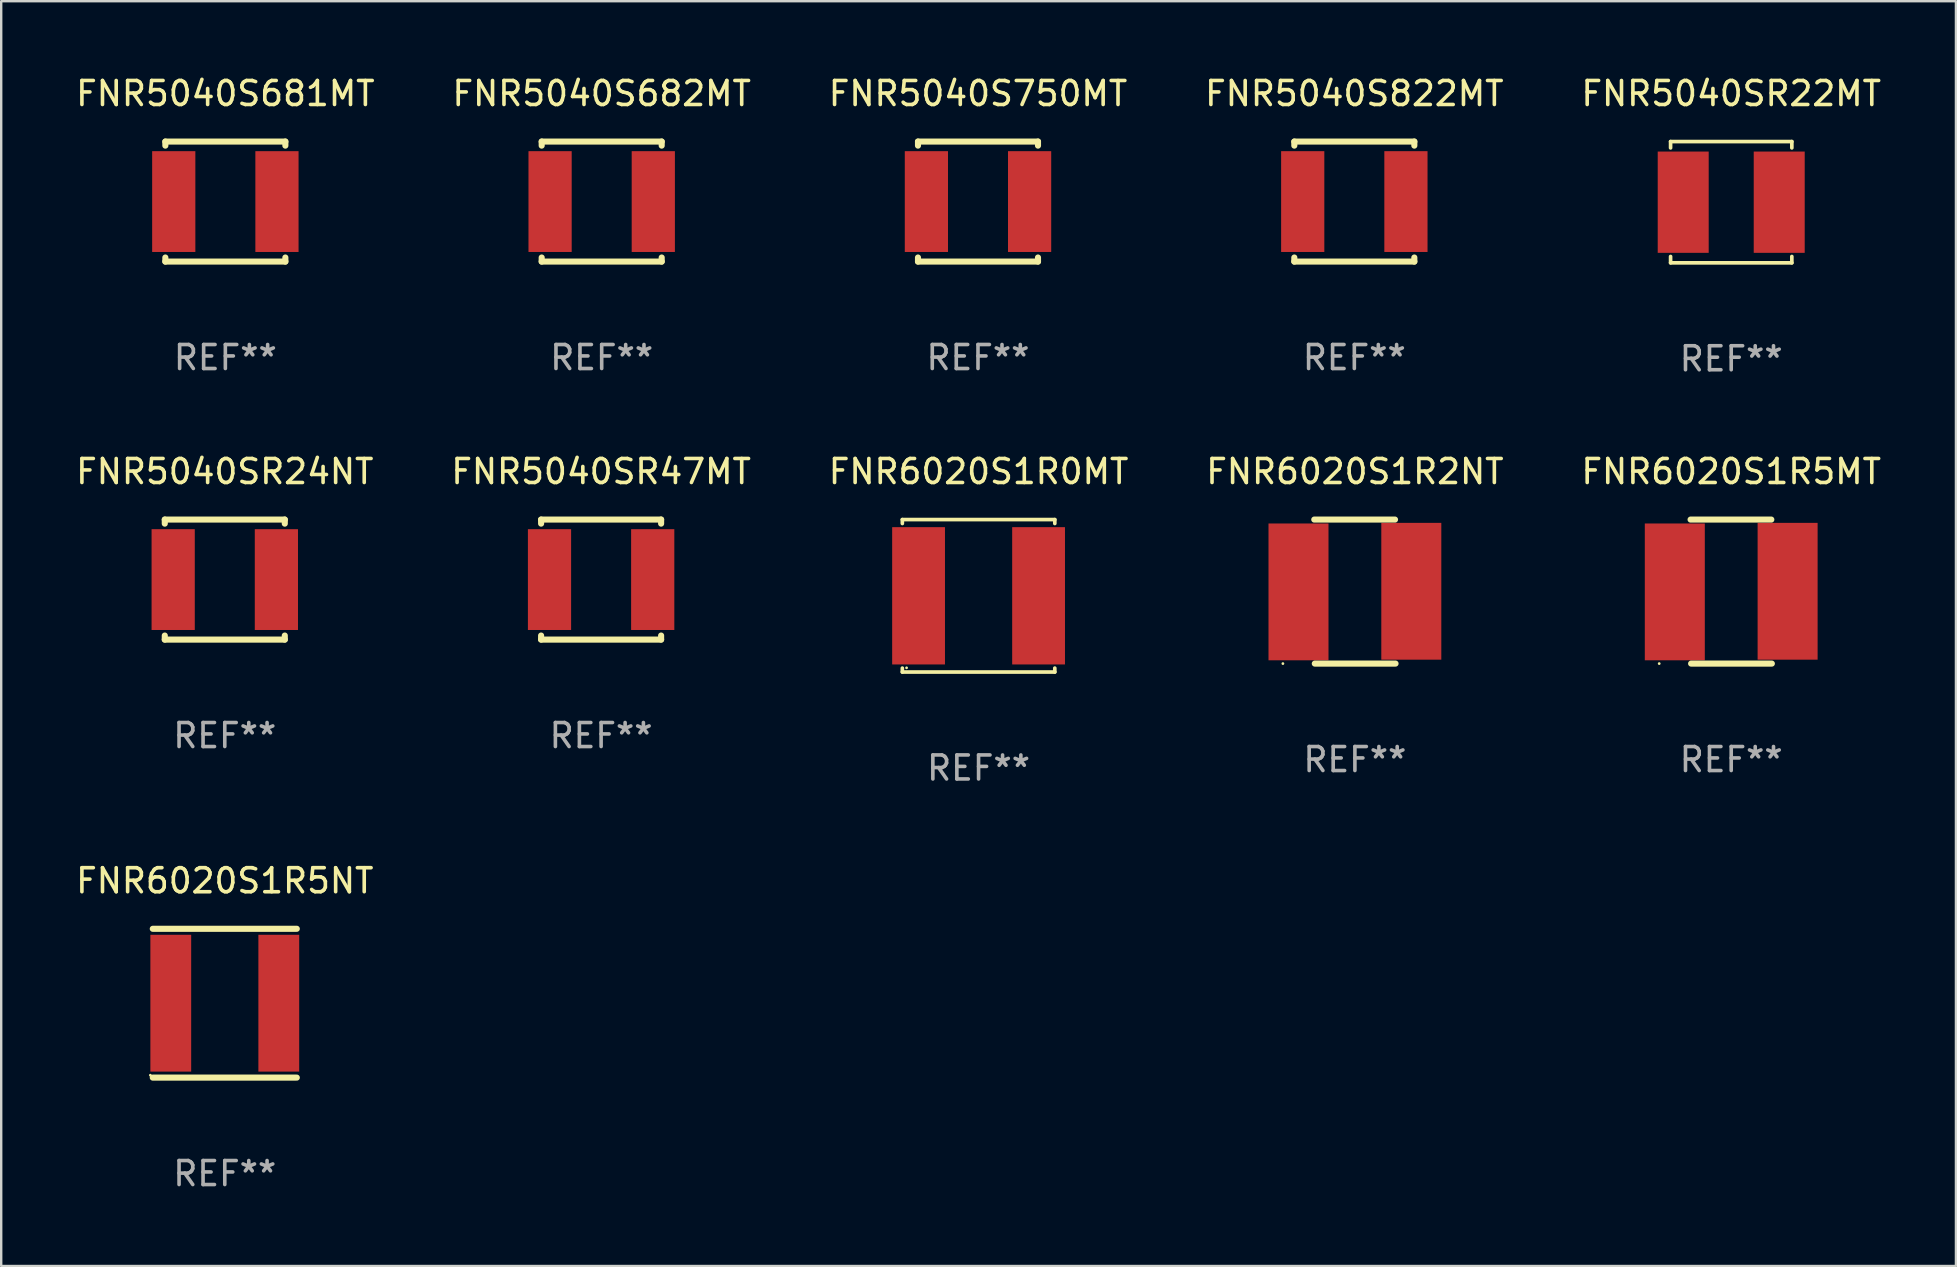
<source format=kicad_pcb>
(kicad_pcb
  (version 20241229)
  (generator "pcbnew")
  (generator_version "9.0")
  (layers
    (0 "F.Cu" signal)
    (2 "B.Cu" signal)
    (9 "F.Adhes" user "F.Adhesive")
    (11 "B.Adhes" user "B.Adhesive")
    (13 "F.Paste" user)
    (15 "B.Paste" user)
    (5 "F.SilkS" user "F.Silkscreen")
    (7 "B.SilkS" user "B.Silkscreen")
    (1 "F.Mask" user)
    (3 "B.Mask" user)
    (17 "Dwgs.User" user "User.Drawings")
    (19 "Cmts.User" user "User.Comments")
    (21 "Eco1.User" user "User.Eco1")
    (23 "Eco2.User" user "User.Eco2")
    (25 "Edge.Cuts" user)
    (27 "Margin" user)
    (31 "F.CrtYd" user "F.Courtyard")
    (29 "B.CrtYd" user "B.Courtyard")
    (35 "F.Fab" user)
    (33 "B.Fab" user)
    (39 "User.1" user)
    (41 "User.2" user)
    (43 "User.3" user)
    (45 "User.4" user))
  (footprint "FNR5040SR24NT"
    (layer "F.Cu")
    (at 6.315 21.097)
    (property "Reference" "FNR5040SR24NT" (at 0 -4.5 0) (layer "F.SilkS") (effects (font (size 1 1) (thickness 0.15))))
    (attr through_hole)
    (fp_line (start -2.5 -2.5) (end -2.5 -2.331) (stroke (width 0.254) (type solid)) (layer "F.SilkS"))
    (fp_line (start -2.5 -2.5) (end 2.5 -2.5) (stroke (width 0.254) (type solid)) (layer "F.SilkS"))
    (fp_line (start -2.5 2.331) (end -2.5 2.5) (stroke (width 0.254) (type solid)) (layer "F.SilkS"))
    (fp_line (start -2.5 2.5) (end 2.5 2.5) (stroke (width 0.254) (type solid)) (layer "F.SilkS"))
    (fp_line (start 2.5 -2.331) (end 2.5 -2.5) (stroke (width 0.254) (type solid)) (layer "F.SilkS"))
    (fp_line (start 2.5 2.5) (end 2.5 2.331) (stroke (width 0.254) (type solid)) (layer "F.SilkS"))
    (fp_circle (center -2.5 2.5) (end -2.47 2.5) (stroke (width 0.06) (type solid)) (fill no) (layer "F.SilkS"))
    (fp_text user "REF**" (at 0 6.5 0) (layer "F.Fab") (effects (font (size 1 1) (thickness 0.15))))
    (pad "1" smd rect (at -2.15 0) (size 1.8 4.2) (layers "F.Cu" "F.Mask" "F.Paste"))
    (pad "2" smd rect (at 2.15 0) (size 1.8 4.2) (layers "F.Cu" "F.Mask" "F.Paste")))
  (footprint "FNR6020S1R5NT"
    (layer "F.Cu")
    (at 6.315 38.746)
    (property "Reference" "FNR6020S1R5NT" (at 0 -5.1 0) (layer "F.SilkS") (effects (font (size 1 1) (thickness 0.15))))
    (attr through_hole)
    (fp_line (start -3 -3.1) (end 3 -3.1) (stroke (width 0.254) (type solid)) (layer "F.SilkS"))
    (fp_line (start -3 3.1) (end 3 3.1) (stroke (width 0.254) (type solid)) (layer "F.SilkS"))
    (fp_circle (center -3.1 3) (end -3.07 3) (stroke (width 0.06) (type solid)) (fill no) (layer "F.SilkS"))
    (fp_text user "REF**" (at 0 7.1 0) (layer "F.Fab") (effects (font (size 1 1) (thickness 0.15))))
    (pad "1" smd rect (at -2.25 0 90) (size 5.7 1.7) (layers "F.Cu" "F.Mask" "F.Paste"))
    (pad "2" smd rect (at 2.25 0 90) (size 5.7 1.7) (layers "F.Cu" "F.Mask" "F.Paste")))
  (footprint "FNR5040S682MT"
    (layer "F.Cu")
    (at 22.018 5.348)
    (property "Reference" "FNR5040S682MT" (at 0 -4.5 0) (layer "F.SilkS") (effects (font (size 1 1) (thickness 0.15))))
    (attr through_hole)
    (fp_line (start -2.5 -2.5) (end -2.5 -2.331) (stroke (width 0.254) (type solid)) (layer "F.SilkS"))
    (fp_line (start -2.5 -2.5) (end 2.5 -2.5) (stroke (width 0.254) (type solid)) (layer "F.SilkS"))
    (fp_line (start -2.5 2.331) (end -2.5 2.5) (stroke (width 0.254) (type solid)) (layer "F.SilkS"))
    (fp_line (start -2.5 2.5) (end 2.5 2.5) (stroke (width 0.254) (type solid)) (layer "F.SilkS"))
    (fp_line (start 2.5 -2.331) (end 2.5 -2.5) (stroke (width 0.254) (type solid)) (layer "F.SilkS"))
    (fp_line (start 2.5 2.5) (end 2.5 2.331) (stroke (width 0.254) (type solid)) (layer "F.SilkS"))
    (fp_circle (center -2.5 2.5) (end -2.47 2.5) (stroke (width 0.06) (type solid)) (fill no) (layer "F.SilkS"))
    (fp_text user "REF**" (at 0 6.5 0) (layer "F.Fab") (effects (font (size 1 1) (thickness 0.15))))
    (pad "1" smd rect (at -2.15 0) (size 1.8 4.2) (layers "F.Cu" "F.Mask" "F.Paste"))
    (pad "2" smd rect (at 2.15 0) (size 1.8 4.2) (layers "F.Cu" "F.Mask" "F.Paste")))
  (footprint "FNR5040S681MT"
    (layer "F.Cu")
    (at 6.339 5.348)
    (property "Reference" "FNR5040S681MT" (at 0 -4.5 0) (layer "F.SilkS") (effects (font (size 1 1) (thickness 0.15))))
    (attr through_hole)
    (fp_line (start -2.5 -2.5) (end -2.5 -2.331) (stroke (width 0.254) (type solid)) (layer "F.SilkS"))
    (fp_line (start -2.5 -2.5) (end 2.5 -2.5) (stroke (width 0.254) (type solid)) (layer "F.SilkS"))
    (fp_line (start -2.5 2.331) (end -2.5 2.5) (stroke (width 0.254) (type solid)) (layer "F.SilkS"))
    (fp_line (start -2.5 2.5) (end 2.5 2.5) (stroke (width 0.254) (type solid)) (layer "F.SilkS"))
    (fp_line (start 2.5 -2.331) (end 2.5 -2.5) (stroke (width 0.254) (type solid)) (layer "F.SilkS"))
    (fp_line (start 2.5 2.5) (end 2.5 2.331) (stroke (width 0.254) (type solid)) (layer "F.SilkS"))
    (fp_circle (center -2.5 2.5) (end -2.47 2.5) (stroke (width 0.06) (type solid)) (fill no) (layer "F.SilkS"))
    (fp_text user "REF**" (at 0 6.5 0) (layer "F.Fab") (effects (font (size 1 1) (thickness 0.15))))
    (pad "1" smd rect (at -2.15 0) (size 1.8 4.2) (layers "F.Cu" "F.Mask" "F.Paste"))
    (pad "2" smd rect (at 2.15 0) (size 1.8 4.2) (layers "F.Cu" "F.Mask" "F.Paste")))
  (footprint "FNR6020S1R0MT"
    (layer "F.Cu")
    (at 37.72 21.773)
    (property "Reference" "FNR6020S1R0MT" (at 0 -5.176 0) (layer "F.SilkS") (effects (font (size 1 1) (thickness 0.15))))
    (attr through_hole)
    (fp_line (start -3.176 -3.176) (end 3.176 -3.176) (stroke (width 0.152) (type solid)) (layer "F.SilkS"))
    (fp_line (start -3.176 -3.012) (end -3.176 -3.176) (stroke (width 0.152) (type solid)) (layer "F.SilkS"))
    (fp_line (start -3.176 3.012) (end -3.176 3.176) (stroke (width 0.152) (type solid)) (layer "F.SilkS"))
    (fp_line (start -3.176 3.176) (end 3.176 3.176) (stroke (width 0.152) (type solid)) (layer "F.SilkS"))
    (fp_line (start 3.176 -3.176) (end 3.176 -3.012) (stroke (width 0.152) (type solid)) (layer "F.SilkS"))
    (fp_line (start 3.176 3.176) (end 3.176 3.012) (stroke (width 0.152) (type solid)) (layer "F.SilkS"))
    (fp_circle (center -3 3) (end -2.97 3) (stroke (width 0.06) (type solid)) (fill no) (layer "F.SilkS"))
    (fp_text user "REF**" (at 0 7.176 0) (layer "F.Fab") (effects (font (size 1 1) (thickness 0.15))))
    (pad "1" smd rect (at -2.5 0) (size 2.2 5.72) (layers "F.Cu" "F.Mask" "F.Paste"))
    (pad "2" smd rect (at 2.5 0) (size 2.2 5.72) (layers "F.Cu" "F.Mask" "F.Paste")))
  (footprint "FNR6020S1R5MT"
    (layer "F.Cu")
    (at 69.077 21.597)
    (property "Reference" "FNR6020S1R5MT" (at 0 -5 0) (layer "F.SilkS") (effects (font (size 1 1) (thickness 0.15))))
    (attr through_hole)
    (fp_line (start -1.693 -3) (end 1.671 -3) (stroke (width 0.254) (type solid)) (layer "F.SilkS"))
    (fp_line (start -1.671 3) (end 1.693 3) (stroke (width 0.254) (type solid)) (layer "F.SilkS"))
    (fp_circle (center -3 3) (end -2.97 3) (stroke (width 0.06) (type solid)) (fill no) (layer "F.SilkS"))
    (fp_text user "REF**" (at 0 7 0) (layer "F.Fab") (effects (font (size 1 1) (thickness 0.15))))
    (pad "1" smd rect (at -2.35 0.013) (size 2.5 5.7) (layers "F.Cu" "F.Mask" "F.Paste"))
    (pad "2" smd rect (at 2.35 -0.013) (size 2.5 5.7) (layers "F.Cu" "F.Mask" "F.Paste")))
  (footprint "FNR6020S1R2NT"
    (layer "F.Cu")
    (at 53.399 21.597)
    (property "Reference" "FNR6020S1R2NT" (at 0 -5 0) (layer "F.SilkS") (effects (font (size 1 1) (thickness 0.15))))
    (attr through_hole)
    (fp_line (start -1.693 -3) (end 1.671 -3) (stroke (width 0.254) (type solid)) (layer "F.SilkS"))
    (fp_line (start -1.671 3) (end 1.693 3) (stroke (width 0.254) (type solid)) (layer "F.SilkS"))
    (fp_circle (center -3 3) (end -2.97 3) (stroke (width 0.06) (type solid)) (fill no) (layer "F.SilkS"))
    (fp_text user "REF**" (at 0 7 0) (layer "F.Fab") (effects (font (size 1 1) (thickness 0.15))))
    (pad "1" smd rect (at -2.35 0.013) (size 2.5 5.7) (layers "F.Cu" "F.Mask" "F.Paste"))
    (pad "2" smd rect (at 2.35 -0.013) (size 2.5 5.7) (layers "F.Cu" "F.Mask" "F.Paste")))
  (footprint "FNR5040SR47MT"
    (layer "F.Cu")
    (at 21.994 21.097)
    (property "Reference" "FNR5040SR47MT" (at 0 -4.5 0) (layer "F.SilkS") (effects (font (size 1 1) (thickness 0.15))))
    (attr through_hole)
    (fp_line (start -2.5 -2.5) (end -2.5 -2.331) (stroke (width 0.254) (type solid)) (layer "F.SilkS"))
    (fp_line (start -2.5 -2.5) (end 2.5 -2.5) (stroke (width 0.254) (type solid)) (layer "F.SilkS"))
    (fp_line (start -2.5 2.331) (end -2.5 2.5) (stroke (width 0.254) (type solid)) (layer "F.SilkS"))
    (fp_line (start -2.5 2.5) (end 2.5 2.5) (stroke (width 0.254) (type solid)) (layer "F.SilkS"))
    (fp_line (start 2.5 -2.331) (end 2.5 -2.5) (stroke (width 0.254) (type solid)) (layer "F.SilkS"))
    (fp_line (start 2.5 2.5) (end 2.5 2.331) (stroke (width 0.254) (type solid)) (layer "F.SilkS"))
    (fp_circle (center -2.5 2.5) (end -2.47 2.5) (stroke (width 0.06) (type solid)) (fill no) (layer "F.SilkS"))
    (fp_text user "REF**" (at 0 6.5 0) (layer "F.Fab") (effects (font (size 1 1) (thickness 0.15))))
    (pad "1" smd rect (at -2.15 0) (size 1.8 4.2) (layers "F.Cu" "F.Mask" "F.Paste"))
    (pad "2" smd rect (at 2.15 0) (size 1.8 4.2) (layers "F.Cu" "F.Mask" "F.Paste")))
  (footprint "FNR5040S750MT"
    (layer "F.Cu")
    (at 37.696 5.348)
    (property "Reference" "FNR5040S750MT" (at 0 -4.5 0) (layer "F.SilkS") (effects (font (size 1 1) (thickness 0.15))))
    (attr through_hole)
    (fp_line (start -2.5 -2.5) (end -2.5 -2.331) (stroke (width 0.254) (type solid)) (layer "F.SilkS"))
    (fp_line (start -2.5 -2.5) (end 2.5 -2.5) (stroke (width 0.254) (type solid)) (layer "F.SilkS"))
    (fp_line (start -2.5 2.331) (end -2.5 2.5) (stroke (width 0.254) (type solid)) (layer "F.SilkS"))
    (fp_line (start -2.5 2.5) (end 2.5 2.5) (stroke (width 0.254) (type solid)) (layer "F.SilkS"))
    (fp_line (start 2.5 -2.331) (end 2.5 -2.5) (stroke (width 0.254) (type solid)) (layer "F.SilkS"))
    (fp_line (start 2.5 2.5) (end 2.5 2.331) (stroke (width 0.254) (type solid)) (layer "F.SilkS"))
    (fp_circle (center -2.5 2.5) (end -2.47 2.5) (stroke (width 0.06) (type solid)) (fill no) (layer "F.SilkS"))
    (fp_text user "REF**" (at 0 6.5 0) (layer "F.Fab") (effects (font (size 1 1) (thickness 0.15))))
    (pad "1" smd rect (at -2.15 0) (size 1.8 4.2) (layers "F.Cu" "F.Mask" "F.Paste"))
    (pad "2" smd rect (at 2.15 0) (size 1.8 4.2) (layers "F.Cu" "F.Mask" "F.Paste")))
  (footprint "FNR5040S822MT"
    (layer "F.Cu")
    (at 53.375 5.348)
    (property "Reference" "FNR5040S822MT" (at 0 -4.5 0) (layer "F.SilkS") (effects (font (size 1 1) (thickness 0.15))))
    (attr through_hole)
    (fp_line (start -2.5 -2.5) (end -2.5 -2.331) (stroke (width 0.254) (type solid)) (layer "F.SilkS"))
    (fp_line (start -2.5 -2.5) (end 2.5 -2.5) (stroke (width 0.254) (type solid)) (layer "F.SilkS"))
    (fp_line (start -2.5 2.331) (end -2.5 2.5) (stroke (width 0.254) (type solid)) (layer "F.SilkS"))
    (fp_line (start -2.5 2.5) (end 2.5 2.5) (stroke (width 0.254) (type solid)) (layer "F.SilkS"))
    (fp_line (start 2.5 -2.331) (end 2.5 -2.5) (stroke (width 0.254) (type solid)) (layer "F.SilkS"))
    (fp_line (start 2.5 2.5) (end 2.5 2.331) (stroke (width 0.254) (type solid)) (layer "F.SilkS"))
    (fp_circle (center -2.5 2.5) (end -2.47 2.5) (stroke (width 0.06) (type solid)) (fill no) (layer "F.SilkS"))
    (fp_text user "REF**" (at 0 6.5 0) (layer "F.Fab") (effects (font (size 1 1) (thickness 0.15))))
    (pad "1" smd rect (at -2.15 0) (size 1.8 4.2) (layers "F.Cu" "F.Mask" "F.Paste"))
    (pad "2" smd rect (at 2.15 0) (size 1.8 4.2) (layers "F.Cu" "F.Mask" "F.Paste")))
  (footprint "FNR5040SR22MT"
    (layer "F.Cu")
    (at 69.077 5.374)
    (property "Reference" "FNR5040SR22MT" (at 0 -4.526 0) (layer "F.SilkS") (effects (font (size 1 1) (thickness 0.15))))
    (attr through_hole)
    (fp_line (start -2.526 -2.526) (end 2.526 -2.526) (stroke (width 0.152) (type solid)) (layer "F.SilkS"))
    (fp_line (start -2.526 -2.262) (end -2.526 -2.526) (stroke (width 0.152) (type solid)) (layer "F.SilkS"))
    (fp_line (start -2.526 2.262) (end -2.526 2.526) (stroke (width 0.152) (type solid)) (layer "F.SilkS"))
    (fp_line (start -2.526 2.526) (end 2.526 2.526) (stroke (width 0.152) (type solid)) (layer "F.SilkS"))
    (fp_line (start 2.526 -2.526) (end 2.526 -2.262) (stroke (width 0.152) (type solid)) (layer "F.SilkS"))
    (fp_line (start 2.526 2.526) (end 2.526 2.262) (stroke (width 0.152) (type solid)) (layer "F.SilkS"))
    (fp_circle (center 2.5 -2.5) (end 2.53 -2.5) (stroke (width 0.06) (type solid)) (fill no) (layer "F.SilkS"))
    (fp_text user "REF**" (at 0 6.526 0) (layer "F.Fab") (effects (font (size 1 1) (thickness 0.15))))
    (pad "1" smd rect (at 2 0) (size 2.124 4.22) (layers "F.Cu" "F.Mask" "F.Paste"))
    (pad "2" smd rect (at -2 0) (size 2.124 4.22) (layers "F.Cu" "F.Mask" "F.Paste")))
  (gr_rect
    (start -3 -3)
    (end 78.44 49.694)
    (stroke (width 0.1) (type default))
    (fill no)
    (layer "Edge.Cuts")))
</source>
